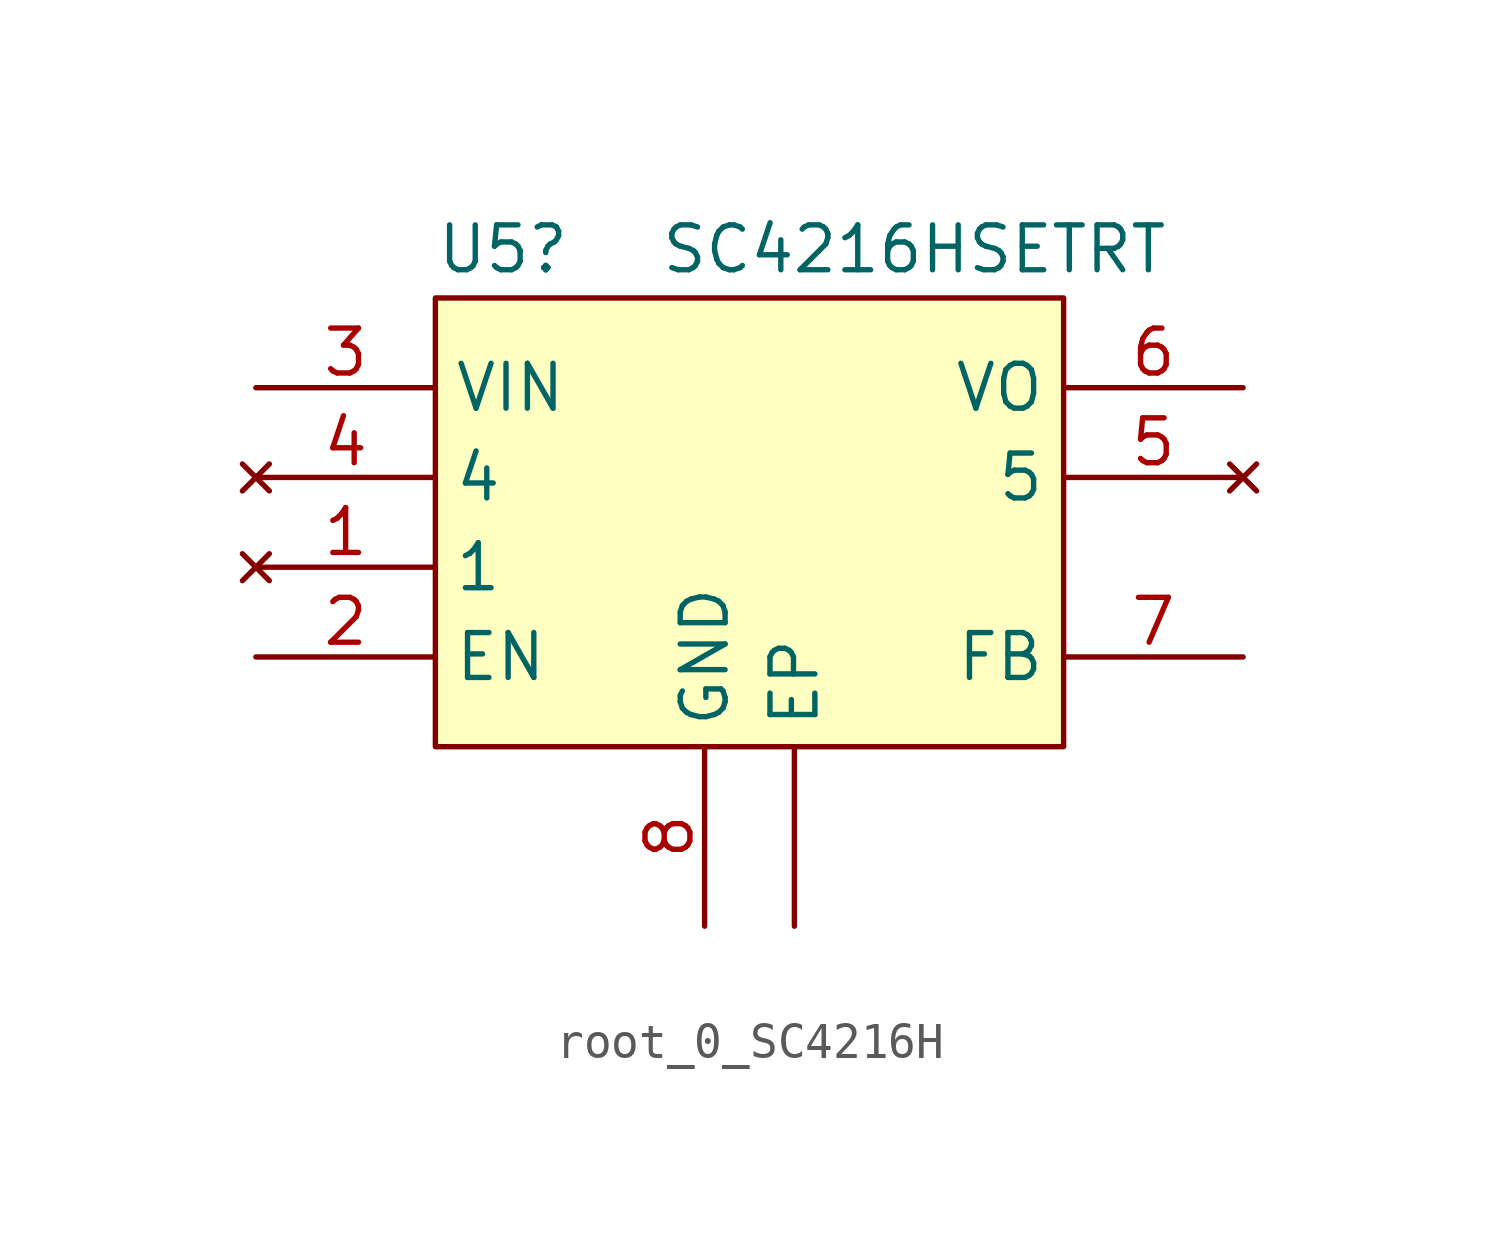
<source format=kicad_sym>
(kicad_symbol_lib
  (version 20220914)
  (generator kicad_symbol_editor)
  (symbol "root_0_SC4216H"
    (property "Reference" "U5"
      (at 0 0.635 0)
      (effects (font (size 1.27 1.27)) (justify left bottom)))
    (property "Value" "SC4216HSETRT"
      (at 6.35 0.635 0)
      (effects (font (size 1.27 1.27)) (justify left bottom)))
    (symbol "root_0_SC4216H_1_0"
      (rectangle (start 17.78 0) (end 0 -12.7) (stroke (width 0) (type solid)) (fill (type background)))
      (pin no_connect line (at -5.08 -7.62 0) (length 5.08) (name "1" (effects (font (size 1.27 1.27)))) (number "1" (effects (font (size 1.27 1.27)))))
      (pin passive line (at -5.08 -10.16 0) (length 5.08) (name "EN" (effects (font (size 1.27 1.27)))) (number "2" (effects (font (size 1.27 1.27)))))
      (pin power_in line (at -5.08 -2.54 0) (length 5.08) (name "VIN" (effects (font (size 1.27 1.27)))) (number "3" (effects (font (size 1.27 1.27)))))
      (pin no_connect line (at -5.08 -5.08 0) (length 5.08) (name "4" (effects (font (size 1.27 1.27)))) (number "4" (effects (font (size 1.27 1.27)))))
      (pin no_connect line (at 22.86 -5.08 180) (length 5.08) (name "5" (effects (font (size 1.27 1.27)))) (number "5" (effects (font (size 1.27 1.27)))))
      (pin power_in line (at 22.86 -2.54 180) (length 5.08) (name "VO" (effects (font (size 1.27 1.27)))) (number "6" (effects (font (size 1.27 1.27)))))
      (pin passive line (at 22.86 -10.16 180) (length 5.08) (name "FB" (effects (font (size 1.27 1.27)))) (number "7" (effects (font (size 1.27 1.27)))))
      (pin power_in line (at 7.62 -17.78 90) (length 5.08) (name "GND" (effects (font (size 1.27 1.27)))) (number "8" (effects (font (size 1.27 1.27)))))
      (pin power_in line (at 10.16 -17.78 90) (length 5.08) (name "EP" (effects (font (size 1.27 1.27)))) (number "9" (effects (font (size 0 0))))))))
</source>
